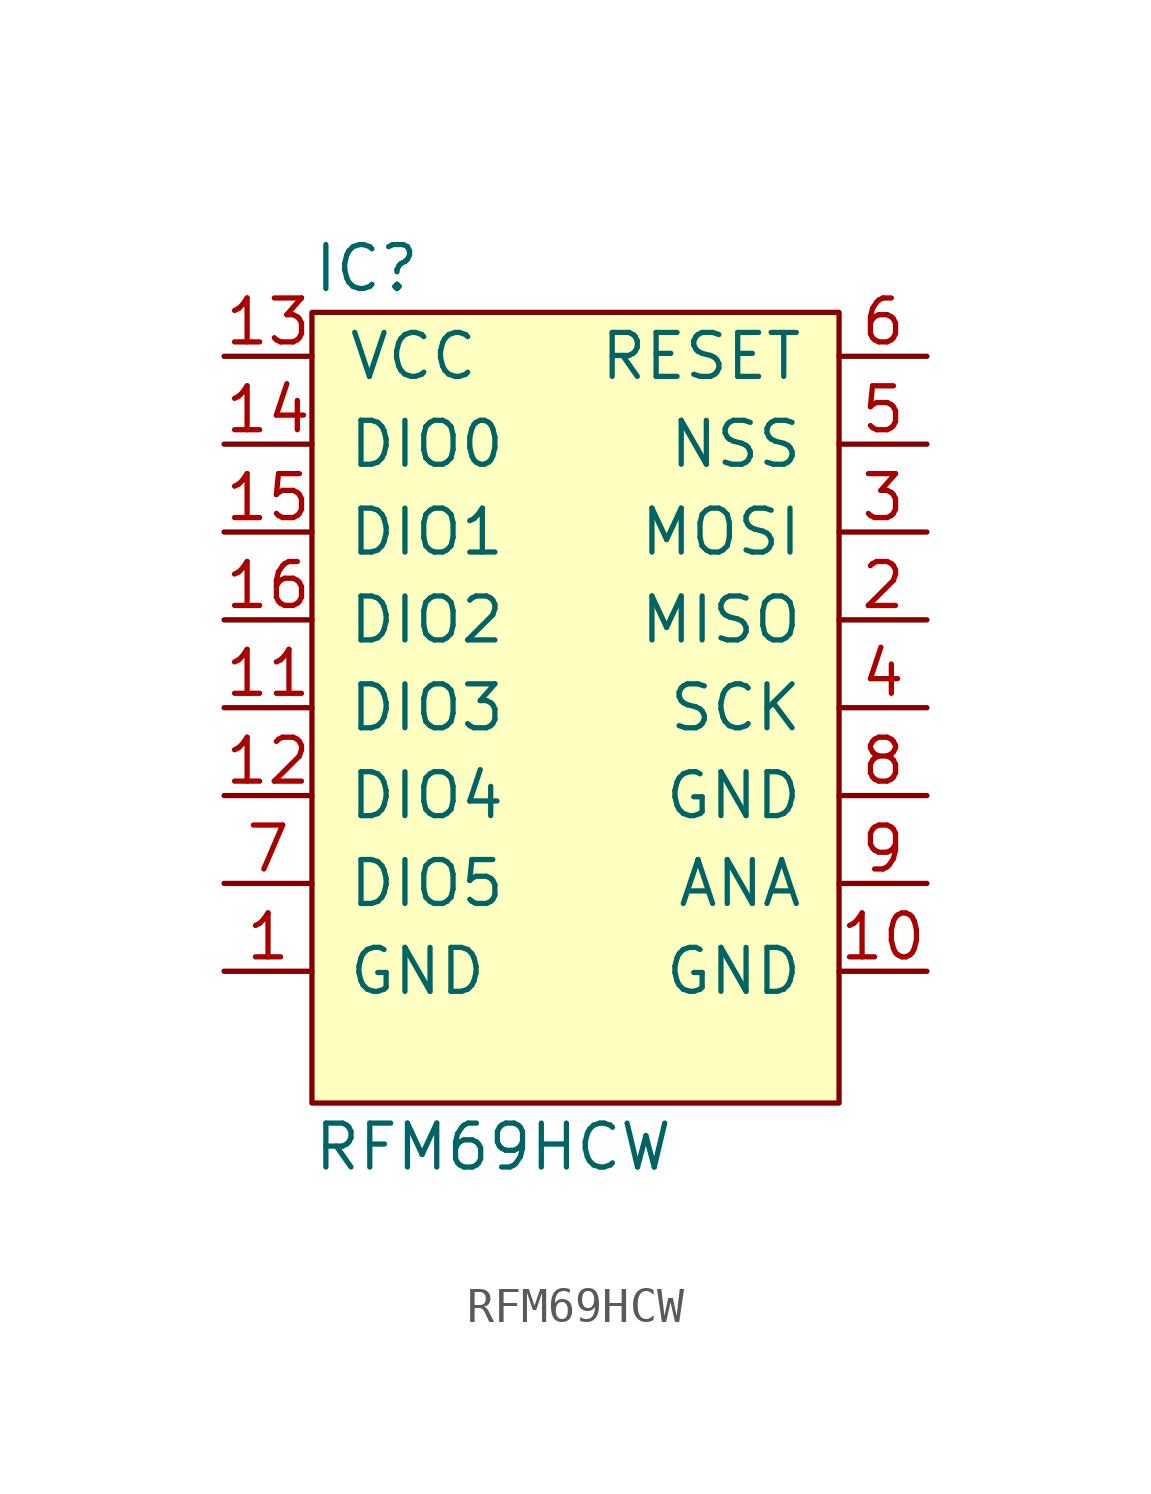
<source format=kicad_sym>
(kicad_symbol_lib
  (version 20211014)
  (generator agg_kicad.build_lib_ic)
  (symbol "RFM69HCW"
    (pin_names
      (offset 1.016))
    (property Reference IC
      (at -7.62 12.7 0)
      (effects (font (size 1.27 1.27)) (justify left)))
    (property Value "RFM69HCW"
      (at -7.62 -12.7 0)
      (effects (font (size 1.27 1.27)) (justify left)))
    (symbol "RFM69HCW_0_0"
      (rectangle (start -7.62 11.43) (end 7.62 -11.43) (stroke (width 0) (type default) (color 0 0 0 0)) (fill (type background)))
      (pin power_in line (at -10.16 10.16 0) (length 2.54) (name VCC (effects (font (size 1.27 1.27)))) (number "13" (effects (font (size 1.27 1.27)))))
      (pin bidirectional line (at -10.16 7.62 0) (length 2.54) (name "DIO0" (effects (font (size 1.27 1.27)))) (number "14" (effects (font (size 1.27 1.27)))))
      (pin bidirectional line (at -10.16 5.08 0) (length 2.54) (name "DIO1" (effects (font (size 1.27 1.27)))) (number "15" (effects (font (size 1.27 1.27)))))
      (pin bidirectional line (at -10.16 2.54 0) (length 2.54) (name "DIO2" (effects (font (size 1.27 1.27)))) (number "16" (effects (font (size 1.27 1.27)))))
      (pin bidirectional line (at -10.16 0 0) (length 2.54) (name "DIO3" (effects (font (size 1.27 1.27)))) (number "11" (effects (font (size 1.27 1.27)))))
      (pin bidirectional line (at -10.16 -2.54 0) (length 2.54) (name "DIO4" (effects (font (size 1.27 1.27)))) (number "12" (effects (font (size 1.27 1.27)))))
      (pin bidirectional line (at -10.16 -5.08 0) (length 2.54) (name "DIO5" (effects (font (size 1.27 1.27)))) (number "7" (effects (font (size 1.27 1.27)))))
      (pin power_in line (at -10.16 -7.62 0) (length 2.54) (name GND (effects (font (size 1.27 1.27)))) (number "1" (effects (font (size 1.27 1.27)))))
      (pin input line (at 10.16 10.16 180) (length 2.54) (name RESET (effects (font (size 1.27 1.27)))) (number "6" (effects (font (size 1.27 1.27)))))
      (pin input line (at 10.16 7.62 180) (length 2.54) (name NSS (effects (font (size 1.27 1.27)))) (number "5" (effects (font (size 1.27 1.27)))))
      (pin input line (at 10.16 5.08 180) (length 2.54) (name MOSI (effects (font (size 1.27 1.27)))) (number "3" (effects (font (size 1.27 1.27)))))
      (pin output line (at 10.16 2.54 180) (length 2.54) (name MISO (effects (font (size 1.27 1.27)))) (number "2" (effects (font (size 1.27 1.27)))))
      (pin input line (at 10.16 0 180) (length 2.54) (name SCK (effects (font (size 1.27 1.27)))) (number "4" (effects (font (size 1.27 1.27)))))
      (pin power_in line (at 10.16 -2.54 180) (length 2.54) (name GND (effects (font (size 1.27 1.27)))) (number "8" (effects (font (size 1.27 1.27)))))
      (pin output line (at 10.16 -5.08 180) (length 2.54) (name ANA (effects (font (size 1.27 1.27)))) (number "9" (effects (font (size 1.27 1.27)))))
      (pin power_in line (at 10.16 -7.62 180) (length 2.54) (name GND (effects (font (size 1.27 1.27)))) (number "10" (effects (font (size 1.27 1.27))))))))
</source>
